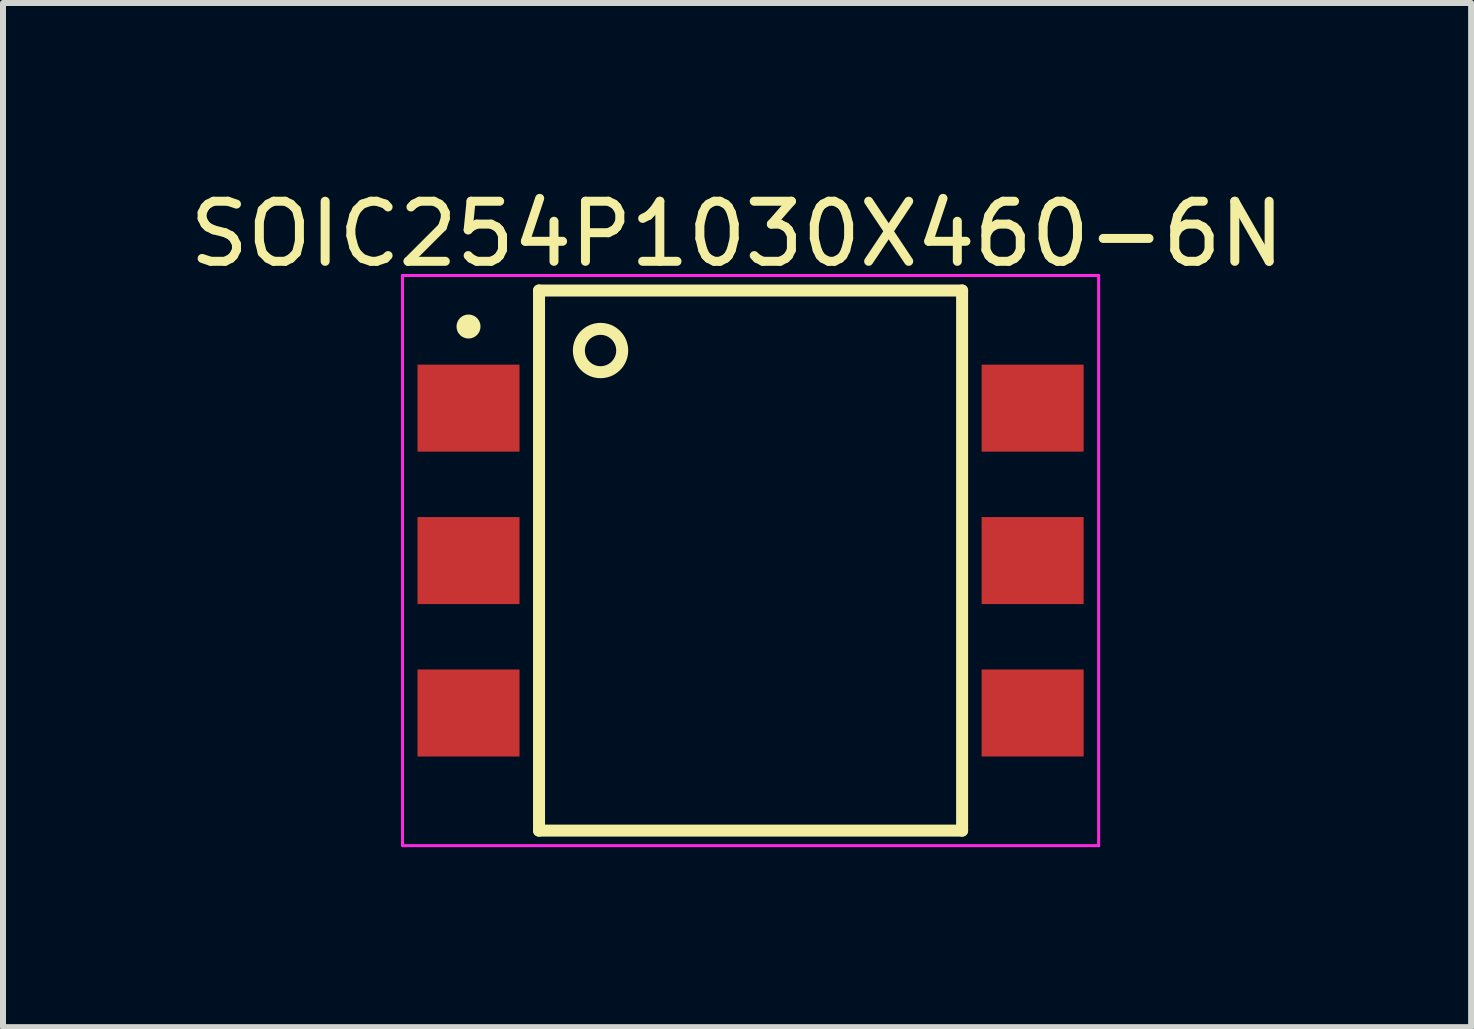
<source format=kicad_pcb>
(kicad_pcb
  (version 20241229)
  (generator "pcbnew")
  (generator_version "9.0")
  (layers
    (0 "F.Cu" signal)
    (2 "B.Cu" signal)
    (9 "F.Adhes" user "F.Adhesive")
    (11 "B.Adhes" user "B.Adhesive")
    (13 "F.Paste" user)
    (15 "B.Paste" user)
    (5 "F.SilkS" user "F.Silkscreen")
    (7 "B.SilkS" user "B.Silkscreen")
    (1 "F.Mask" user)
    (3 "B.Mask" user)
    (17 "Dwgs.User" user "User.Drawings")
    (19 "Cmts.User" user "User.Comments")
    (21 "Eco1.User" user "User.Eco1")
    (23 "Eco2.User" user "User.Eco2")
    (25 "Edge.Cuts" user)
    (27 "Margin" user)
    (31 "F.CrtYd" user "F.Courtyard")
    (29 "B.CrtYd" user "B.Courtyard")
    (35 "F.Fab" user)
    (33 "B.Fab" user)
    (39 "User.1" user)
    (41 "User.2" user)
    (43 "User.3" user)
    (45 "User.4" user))
  (footprint "SOIC254P1030X460-6N"
    (layer "F.Cu")
    (at 9.457 6.291)
    (property "Reference" "SOIC254P1030X460-6N" (at -0.225 -5.442 0) (layer "F.SilkS") (effects (font (size 1.001 1.001) (thickness 0.15))))
    (attr through_hole)
    (fp_line (start -3.525 -4.5) (end 3.525 -4.5) (stroke (width 0.2) (type solid)) (layer "F.SilkS"))
    (fp_line (start -3.525 4.5) (end -3.525 -4.5) (stroke (width 0.2) (type solid)) (layer "F.SilkS"))
    (fp_line (start 3.525 -4.5) (end 3.525 4.5) (stroke (width 0.2) (type solid)) (layer "F.SilkS"))
    (fp_line (start 3.525 4.5) (end -3.525 4.5) (stroke (width 0.2) (type solid)) (layer "F.SilkS"))
    (fp_circle (center -4.7 -3.9) (end -4.6 -3.9) (stroke (width 0.2) (type solid)) (fill no) (layer "F.SilkS"))
    (fp_circle (center -2.5 -3.5) (end -2.139 -3.5) (stroke (width 0.2) (type solid)) (fill no) (layer "F.SilkS"))
    (fp_line (start -5.8 -4.75) (end 5.8 -4.75) (stroke (width 0.05) (type solid)) (layer "F.CrtYd"))
    (fp_line (start -5.8 4.75) (end -5.8 -4.75) (stroke (width 0.05) (type solid)) (layer "F.CrtYd"))
    (fp_line (start 5.8 -4.75) (end 5.8 4.75) (stroke (width 0.05) (type solid)) (layer "F.CrtYd"))
    (fp_line (start 5.8 4.75) (end -5.8 4.75) (stroke (width 0.05) (type solid)) (layer "F.CrtYd"))
    (pad "1" smd rect (at -4.7 -2.54) (size 1.7 1.45) (layers "F.Cu" "F.Mask" "F.Paste"))
    (pad "2" smd rect (at -4.7 0) (size 1.7 1.45) (layers "F.Cu" "F.Mask" "F.Paste"))
    (pad "3" smd rect (at -4.7 2.54) (size 1.7 1.45) (layers "F.Cu" "F.Mask" "F.Paste"))
    (pad "4" smd rect (at 4.7 2.54 180) (size 1.7 1.45) (layers "F.Cu" "F.Mask" "F.Paste"))
    (pad "5" smd rect (at 4.7 0 180) (size 1.7 1.45) (layers "F.Cu" "F.Mask" "F.Paste"))
    (pad "6" smd rect (at 4.7 -2.54 180) (size 1.7 1.45) (layers "F.Cu" "F.Mask" "F.Paste")))
  (gr_rect
    (start -3 -3)
    (end 21.464 14.066)
    (stroke (width 0.1) (type default))
    (fill no)
    (layer "Edge.Cuts")))
</source>
